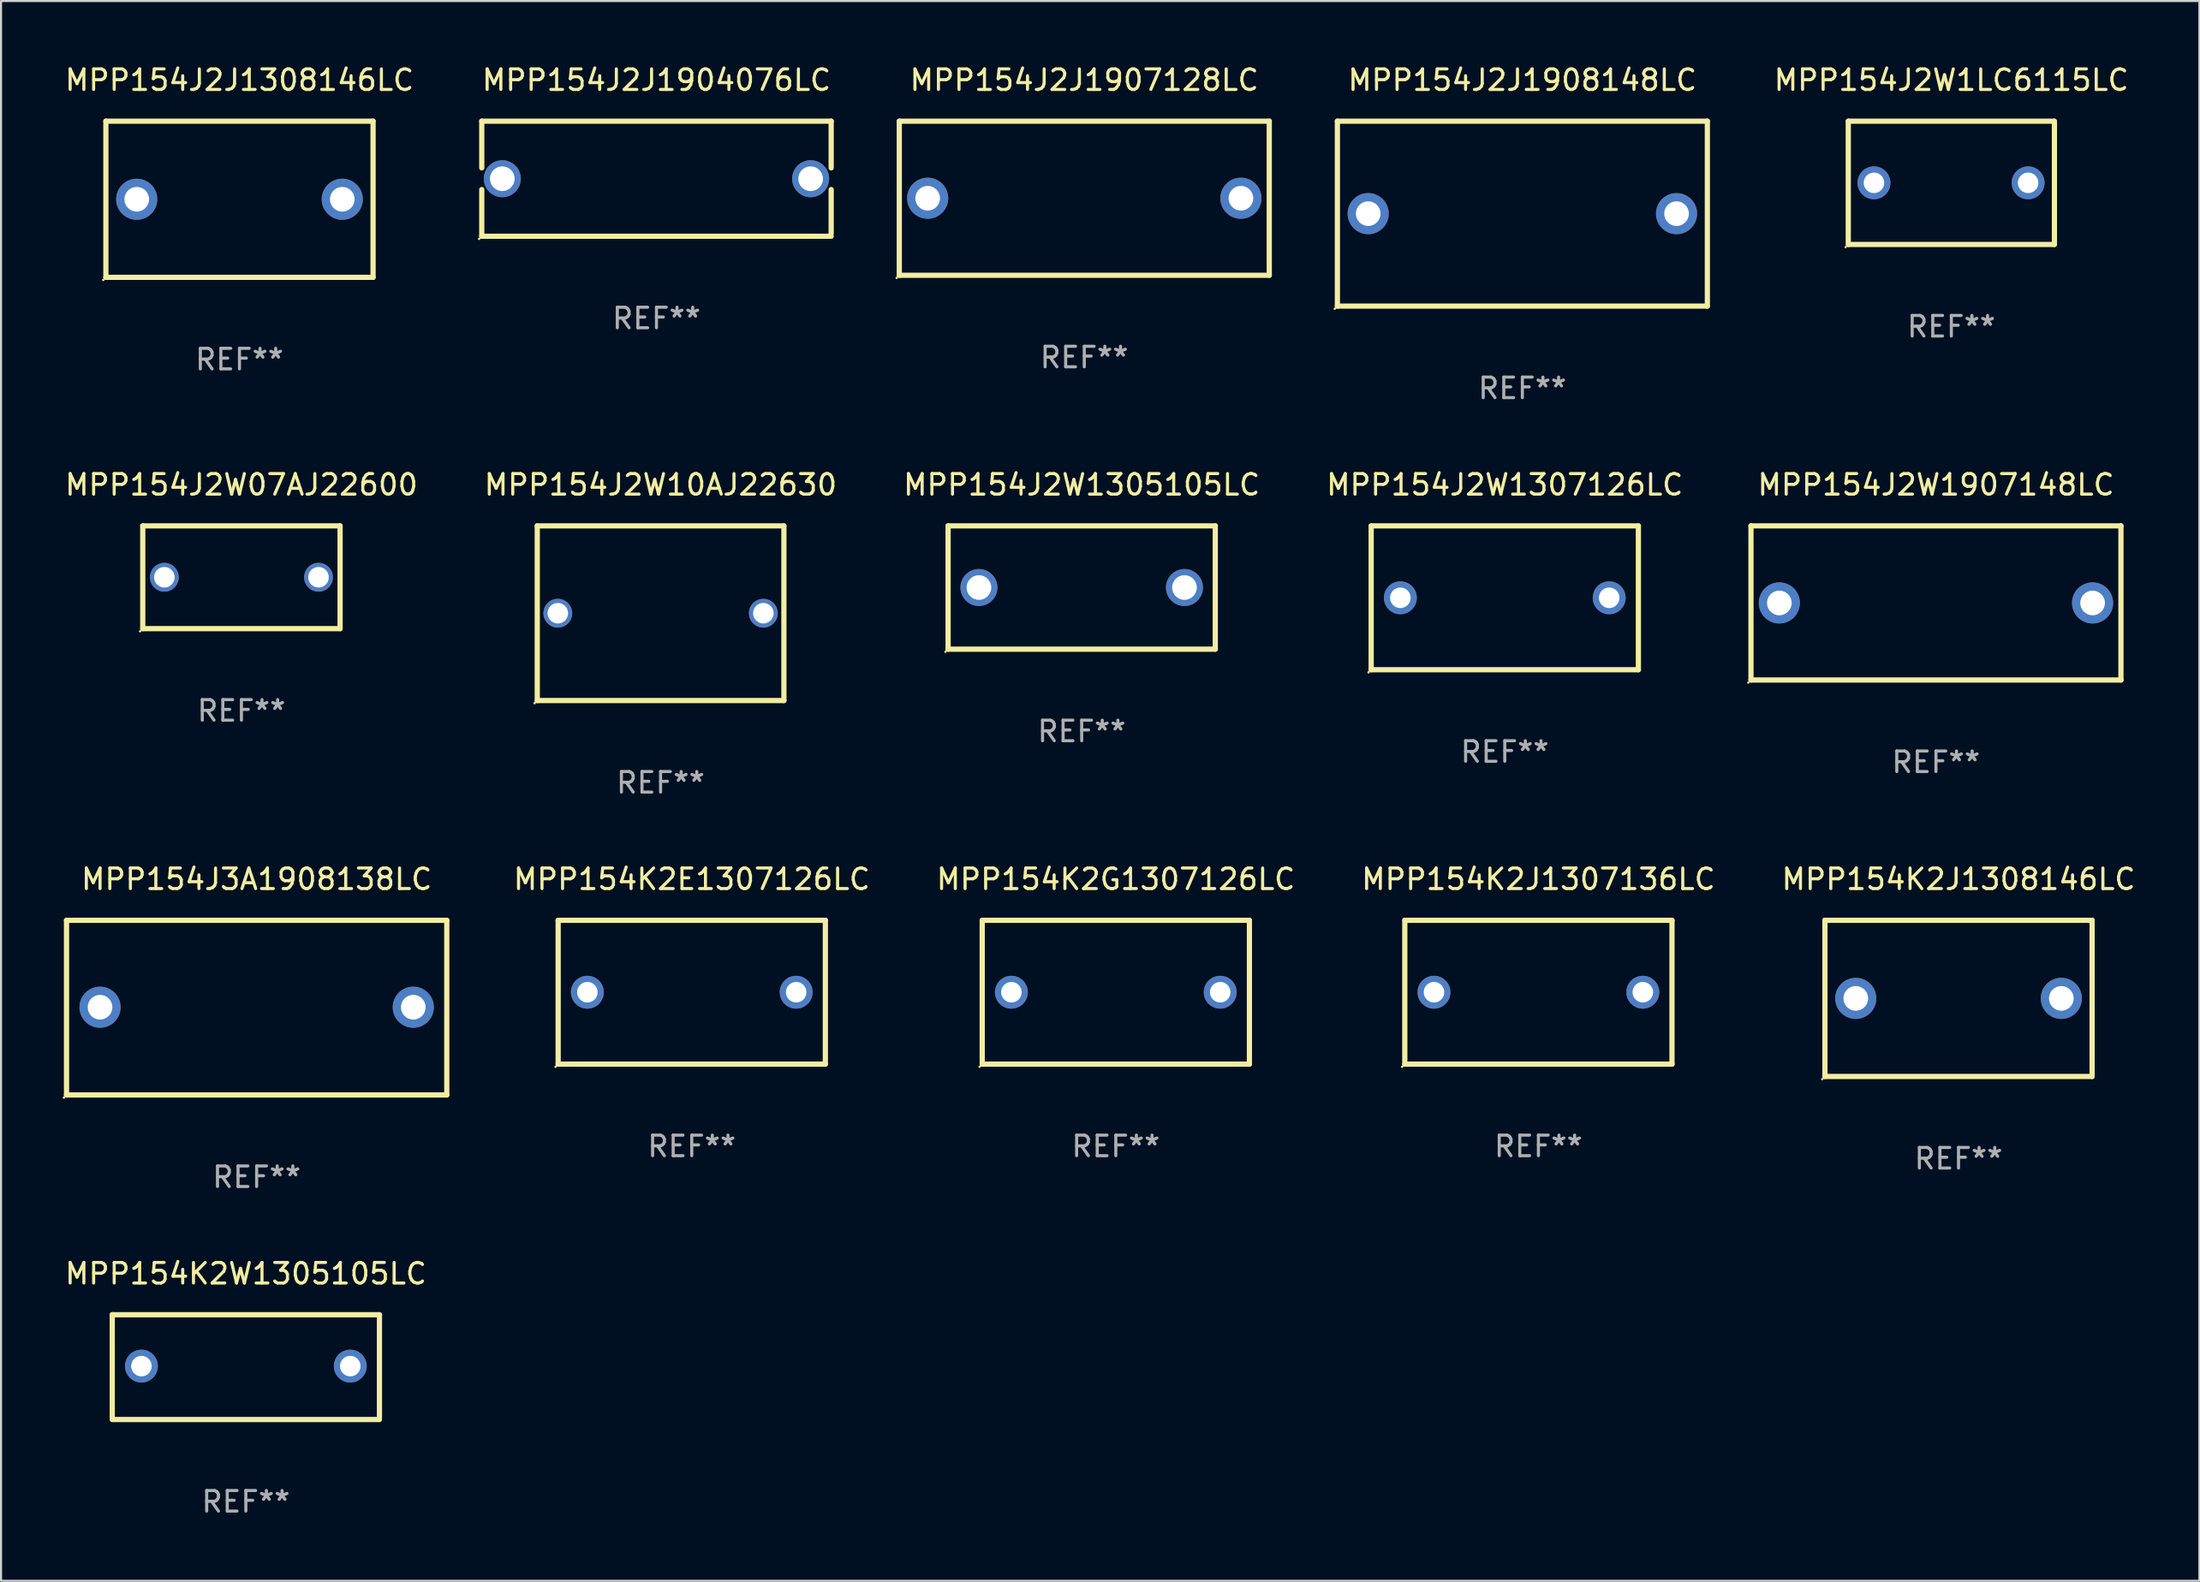
<source format=kicad_pcb>
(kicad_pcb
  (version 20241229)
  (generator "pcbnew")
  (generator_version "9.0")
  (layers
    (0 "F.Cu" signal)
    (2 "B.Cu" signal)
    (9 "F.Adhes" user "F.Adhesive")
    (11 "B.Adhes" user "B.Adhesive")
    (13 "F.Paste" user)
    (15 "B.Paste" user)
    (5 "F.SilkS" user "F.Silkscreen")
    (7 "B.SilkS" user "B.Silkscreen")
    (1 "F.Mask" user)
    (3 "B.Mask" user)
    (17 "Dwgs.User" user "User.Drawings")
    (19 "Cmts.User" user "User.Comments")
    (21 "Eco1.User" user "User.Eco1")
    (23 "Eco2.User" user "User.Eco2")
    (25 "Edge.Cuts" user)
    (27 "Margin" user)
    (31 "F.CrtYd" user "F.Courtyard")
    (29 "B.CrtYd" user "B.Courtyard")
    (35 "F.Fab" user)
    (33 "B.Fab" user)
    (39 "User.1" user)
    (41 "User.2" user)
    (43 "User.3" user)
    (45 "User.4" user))
  (footprint "MPP154J2J1904076LC"
    (layer "F.Cu")
    (at 28.889 5.648)
    (property "Reference" "MPP154J2J1904076LC" (at 0 -4.8 0) (layer "F.SilkS") (effects (font (size 1 1) (thickness 0.15))))
    (attr through_hole)
    (fp_line (start -8.5 -2.8) (end -8.5 -0.527) (stroke (width 0.254) (type solid)) (layer "F.SilkS"))
    (fp_line (start -8.5 -2.8) (end 8.5 -2.8) (stroke (width 0.254) (type solid)) (layer "F.SilkS"))
    (fp_line (start -8.5 0.527) (end -8.5 2.8) (stroke (width 0.254) (type solid)) (layer "F.SilkS"))
    (fp_line (start 8.5 -2.8) (end 8.5 -0.527) (stroke (width 0.254) (type solid)) (layer "F.SilkS"))
    (fp_line (start 8.5 0.527) (end 8.5 2.667) (stroke (width 0.254) (type solid)) (layer "F.SilkS"))
    (fp_line (start 8.5 2.8) (end -8.5 2.8) (stroke (width 0.254) (type solid)) (layer "F.SilkS"))
    (fp_circle (center -8.627 2.927) (end -8.597 2.927) (stroke (width 0.06) (type solid)) (fill no) (layer "F.SilkS"))
    (fp_text user "REF**" (at 0 6.8 0) (layer "F.Fab") (effects (font (size 1 1) (thickness 0.15))))
    (pad "1" thru_hole circle (at -7.501 0) (size 1.8 1.8) (drill 1.2) (layers "*.Cu" "*.Mask"))
    (pad "2" thru_hole circle (at 7.501 0) (size 1.8 1.8) (drill 1.2) (layers "*.Cu" "*.Mask")))
  (footprint "MPP154K2G1307126LC"
    (layer "F.Cu")
    (at 51.237 45.241)
    (property "Reference" "MPP154K2G1307126LC" (at 0 -5.5 0) (layer "F.SilkS") (effects (font (size 1 1) (thickness 0.15))))
    (attr through_hole)
    (fp_line (start -6.5 -3.5) (end 6.5 -3.5) (stroke (width 0.254) (type solid)) (layer "F.SilkS"))
    (fp_line (start -6.5 3.5) (end -6.5 -3.5) (stroke (width 0.254) (type solid)) (layer "F.SilkS"))
    (fp_line (start 6.5 -3.5) (end 6.5 3.5) (stroke (width 0.254) (type solid)) (layer "F.SilkS"))
    (fp_line (start 6.5 3.5) (end -6.5 3.5) (stroke (width 0.254) (type solid)) (layer "F.SilkS"))
    (fp_circle (center -6.627 3.627) (end -6.597 3.627) (stroke (width 0.06) (type solid)) (fill no) (layer "F.SilkS"))
    (fp_text user "REF**" (at 0 7.5 0) (layer "F.Fab") (effects (font (size 1 1) (thickness 0.15))))
    (pad "1" thru_hole circle (at -5.08 -0.000127) (size 1.6 1.6) (drill 1) (layers "*.Cu" "*.Mask"))
    (pad "2" thru_hole circle (at 5.08 -0.000127) (size 1.6 1.6) (drill 1) (layers "*.Cu" "*.Mask")))
  (footprint "MPP154K2J1307136LC"
    (layer "F.Cu")
    (at 71.797 45.241)
    (property "Reference" "MPP154K2J1307136LC" (at 0 -5.5 0) (layer "F.SilkS") (effects (font (size 1 1) (thickness 0.15))))
    (attr through_hole)
    (fp_line (start -6.5 -3.5) (end 6.5 -3.5) (stroke (width 0.254) (type solid)) (layer "F.SilkS"))
    (fp_line (start -6.5 3.5) (end -6.5 -3.5) (stroke (width 0.254) (type solid)) (layer "F.SilkS"))
    (fp_line (start 6.5 -3.5) (end 6.5 3.5) (stroke (width 0.254) (type solid)) (layer "F.SilkS"))
    (fp_line (start 6.5 3.5) (end -6.5 3.5) (stroke (width 0.254) (type solid)) (layer "F.SilkS"))
    (fp_circle (center -6.627 3.627) (end -6.597 3.627) (stroke (width 0.06) (type solid)) (fill no) (layer "F.SilkS"))
    (fp_text user "REF**" (at 0 7.5 0) (layer "F.Fab") (effects (font (size 1 1) (thickness 0.15))))
    (pad "1" thru_hole circle (at -5.08 -0.000127) (size 1.6 1.6) (drill 1) (layers "*.Cu" "*.Mask"))
    (pad "2" thru_hole circle (at 5.08 -0.000127) (size 1.6 1.6) (drill 1) (layers "*.Cu" "*.Mask")))
  (footprint "MPP154J3A1908138LC"
    (layer "F.Cu")
    (at 9.437 45.991)
    (property "Reference" "MPP154J3A1908138LC" (at 0 -6.25 0) (layer "F.SilkS") (effects (font (size 1 1) (thickness 0.15))))
    (attr through_hole)
    (fp_line (start -9.25 -4.25) (end 9.25 -4.25) (stroke (width 0.254) (type solid)) (layer "F.SilkS"))
    (fp_line (start -9.25 4.25) (end -9.25 -4.25) (stroke (width 0.254) (type solid)) (layer "F.SilkS"))
    (fp_line (start 9.25 -4.25) (end 9.25 4.25) (stroke (width 0.254) (type solid)) (layer "F.SilkS"))
    (fp_line (start 9.25 4.25) (end -9.25 4.25) (stroke (width 0.254) (type solid)) (layer "F.SilkS"))
    (fp_circle (center -9.377 4.377) (end -9.347 4.377) (stroke (width 0.06) (type solid)) (fill no) (layer "F.SilkS"))
    (fp_text user "REF**" (at 0 8.25 0) (layer "F.Fab") (effects (font (size 1 1) (thickness 0.15))))
    (pad "1" thru_hole circle (at -7.62 -0.02) (size 2 2) (drill 1.2) (layers "*.Cu" "*.Mask"))
    (pad "2" thru_hole circle (at 7.62 -0.02) (size 2 2) (drill 1.2) (layers "*.Cu" "*.Mask")))
  (footprint "MPP154K2J1308146LC"
    (layer "F.Cu")
    (at 92.237 45.541)
    (property "Reference" "MPP154K2J1308146LC" (at 0 -5.8 0) (layer "F.SilkS") (effects (font (size 1 1) (thickness 0.15))))
    (attr through_hole)
    (fp_line (start -6.5 -3.8) (end -6.5 3.8) (stroke (width 0.254) (type solid)) (layer "F.SilkS"))
    (fp_line (start -6.5 -3.8) (end 6.5 -3.8) (stroke (width 0.254) (type solid)) (layer "F.SilkS"))
    (fp_line (start 6.5 3.8) (end -6.5 3.8) (stroke (width 0.254) (type solid)) (layer "F.SilkS"))
    (fp_line (start 6.5 3.8) (end 6.5 -3.8) (stroke (width 0.254) (type solid)) (layer "F.SilkS"))
    (fp_circle (center -6.627 3.927) (end -6.597 3.927) (stroke (width 0.06) (type solid)) (fill no) (layer "F.SilkS"))
    (fp_text user "REF**" (at 0 7.8 0) (layer "F.Fab") (effects (font (size 1 1) (thickness 0.15))))
    (pad "1" thru_hole circle (at -4.999 0) (size 2 2) (drill 1.2) (layers "*.Cu" "*.Mask"))
    (pad "2" thru_hole circle (at 5.001 0) (size 2 2) (drill 1.2) (layers "*.Cu" "*.Mask")))
  (footprint "MPP154K2E1307126LC"
    (layer "F.Cu")
    (at 30.606 45.241)
    (property "Reference" "MPP154K2E1307126LC" (at 0 -5.5 0) (layer "F.SilkS") (effects (font (size 1 1) (thickness 0.15))))
    (attr through_hole)
    (fp_line (start -6.5 -3.5) (end 6.5 -3.5) (stroke (width 0.254) (type solid)) (layer "F.SilkS"))
    (fp_line (start -6.5 3.5) (end -6.5 -3.5) (stroke (width 0.254) (type solid)) (layer "F.SilkS"))
    (fp_line (start 6.5 -3.5) (end 6.5 3.5) (stroke (width 0.254) (type solid)) (layer "F.SilkS"))
    (fp_line (start 6.5 3.5) (end -6.5 3.5) (stroke (width 0.254) (type solid)) (layer "F.SilkS"))
    (fp_circle (center -6.627 3.627) (end -6.597 3.627) (stroke (width 0.06) (type solid)) (fill no) (layer "F.SilkS"))
    (fp_text user "REF**" (at 0 7.5 0) (layer "F.Fab") (effects (font (size 1 1) (thickness 0.15))))
    (pad "1" thru_hole circle (at -5.08 -0.000127) (size 1.6 1.6) (drill 1) (layers "*.Cu" "*.Mask"))
    (pad "2" thru_hole circle (at 5.08 -0.000127) (size 1.6 1.6) (drill 1) (layers "*.Cu" "*.Mask")))
  (footprint "MPP154K2W1305105LC"
    (layer "F.Cu")
    (at 8.911 63.488)
    (property "Reference" "MPP154K2W1305105LC" (at 0 -4.55 0) (layer "F.SilkS") (effects (font (size 1 1) (thickness 0.15))))
    (attr through_hole)
    (fp_line (start -6.5 -2.55) (end 6.5 -2.55) (stroke (width 0.254) (type solid)) (layer "F.SilkS"))
    (fp_line (start -6.5 2.45) (end -6.5 -2.55) (stroke (width 0.254) (type solid)) (layer "F.SilkS"))
    (fp_line (start 6.5 -2.55) (end 6.5 2.45) (stroke (width 0.254) (type solid)) (layer "F.SilkS"))
    (fp_line (start 6.5 2.55) (end -6.5 2.55) (stroke (width 0.254) (type solid)) (layer "F.SilkS"))
    (fp_circle (center -6.5 2.45) (end -6.47 2.45) (stroke (width 0.06) (type solid)) (fill no) (layer "F.SilkS"))
    (fp_text user "REF**" (at 0 6.55 0) (layer "F.Fab") (effects (font (size 1 1) (thickness 0.15))))
    (pad "1" thru_hole circle (at -5.08 -0.05) (size 1.6 1.6) (drill 1) (layers "*.Cu" "*.Mask"))
    (pad "2" thru_hole circle (at 5.08 -0.05) (size 1.6 1.6) (drill 1) (layers "*.Cu" "*.Mask")))
  (footprint "MPP154J2W1907148LC"
    (layer "F.Cu")
    (at 91.139 26.295)
    (property "Reference" "MPP154J2W1907148LC" (at 0 -5.75 0) (layer "F.SilkS") (effects (font (size 1 1) (thickness 0.15))))
    (attr through_hole)
    (fp_line (start -9 -3.75) (end 9 -3.75) (stroke (width 0.254) (type solid)) (layer "F.SilkS"))
    (fp_line (start -9 3.75) (end -9 -3.75) (stroke (width 0.254) (type solid)) (layer "F.SilkS"))
    (fp_line (start 9 -3.75) (end 9 3.75) (stroke (width 0.254) (type solid)) (layer "F.SilkS"))
    (fp_line (start 9 3.75) (end -9 3.75) (stroke (width 0.254) (type solid)) (layer "F.SilkS"))
    (fp_circle (center -9.127 3.877) (end -9.097 3.877) (stroke (width 0.06) (type solid)) (fill no) (layer "F.SilkS"))
    (fp_text user "REF**" (at 0 7.75 0) (layer "F.Fab") (effects (font (size 1 1) (thickness 0.15))))
    (pad "1" thru_hole circle (at -7.62 0) (size 2 2) (drill 1.2) (layers "*.Cu" "*.Mask"))
    (pad "2" thru_hole circle (at 7.62 0) (size 2 2) (drill 1.2) (layers "*.Cu" "*.Mask")))
  (footprint "MPP154J2W07AJ22600"
    (layer "F.Cu")
    (at 8.696 25.045)
    (property "Reference" "MPP154J2W07AJ22600" (at 0 -4.5 0) (layer "F.SilkS") (effects (font (size 1 1) (thickness 0.15))))
    (attr through_hole)
    (fp_line (start -4.8 -2.5) (end -4.8 2.5) (stroke (width 0.254) (type solid)) (layer "F.SilkS"))
    (fp_line (start -4.8 -2.5) (end 4.8 -2.5) (stroke (width 0.254) (type solid)) (layer "F.SilkS"))
    (fp_line (start -4.8 2.5) (end 4.8 2.5) (stroke (width 0.254) (type solid)) (layer "F.SilkS"))
    (fp_line (start 4.8 -2.5) (end 4.8 2.5) (stroke (width 0.254) (type solid)) (layer "F.SilkS"))
    (fp_circle (center -4.927 2.627) (end -4.897 2.627) (stroke (width 0.06) (type solid)) (fill no) (layer "F.SilkS"))
    (fp_text user "REF**" (at 0 6.5 0) (layer "F.Fab") (effects (font (size 1 1) (thickness 0.15))))
    (pad "1" thru_hole circle (at -3.75 0) (size 1.4 1.4) (drill 1) (layers "*.Cu" "*.Mask"))
    (pad "2" thru_hole circle (at 3.75 0) (size 1.4 1.4) (drill 1) (layers "*.Cu" "*.Mask")))
  (footprint "MPP154J2W1307126LC"
    (layer "F.Cu")
    (at 70.161 26.045)
    (property "Reference" "MPP154J2W1307126LC" (at 0 -5.5 0) (layer "F.SilkS") (effects (font (size 1 1) (thickness 0.15))))
    (attr through_hole)
    (fp_line (start -6.5 -3.5) (end 6.5 -3.5) (stroke (width 0.254) (type solid)) (layer "F.SilkS"))
    (fp_line (start -6.5 3.5) (end -6.5 -3.5) (stroke (width 0.254) (type solid)) (layer "F.SilkS"))
    (fp_line (start 6.5 -3.5) (end 6.5 3.5) (stroke (width 0.254) (type solid)) (layer "F.SilkS"))
    (fp_line (start 6.5 3.5) (end -6.5 3.5) (stroke (width 0.254) (type solid)) (layer "F.SilkS"))
    (fp_circle (center -6.627 3.627) (end -6.597 3.627) (stroke (width 0.06) (type solid)) (fill no) (layer "F.SilkS"))
    (fp_text user "REF**" (at 0 7.5 0) (layer "F.Fab") (effects (font (size 1 1) (thickness 0.15))))
    (pad "1" thru_hole circle (at -5.08 -0.000127) (size 1.6 1.6) (drill 1) (layers "*.Cu" "*.Mask"))
    (pad "2" thru_hole circle (at 5.08 -0.000127) (size 1.6 1.6) (drill 1) (layers "*.Cu" "*.Mask")))
  (footprint "MPP154J2W1LC6115LC"
    (layer "F.Cu")
    (at 91.888 5.848)
    (property "Reference" "MPP154J2W1LC6115LC" (at 0 -5 0) (layer "F.SilkS") (effects (font (size 1 1) (thickness 0.15))))
    (attr through_hole)
    (fp_line (start -5.015 3) (end -5.015 -3) (stroke (width 0.254) (type solid)) (layer "F.SilkS"))
    (fp_line (start -5.005 -3) (end 4.995 -3) (stroke (width 0.254) (type solid)) (layer "F.SilkS"))
    (fp_line (start 5.005 3) (end -4.995 3) (stroke (width 0.254) (type solid)) (layer "F.SilkS"))
    (fp_line (start 5.015 -3) (end 5.015 3) (stroke (width 0.254) (type solid)) (layer "F.SilkS"))
    (fp_circle (center -5.142 3.127) (end -5.112 3.127) (stroke (width 0.06) (type solid)) (fill no) (layer "F.SilkS"))
    (fp_text user "REF**" (at 0 7 0) (layer "F.Fab") (effects (font (size 1 1) (thickness 0.15))))
    (pad "1" thru_hole circle (at -3.765 0) (size 1.6 1.6) (drill 1) (layers "*.Cu" "*.Mask"))
    (pad "2" thru_hole circle (at 3.735 0) (size 1.6 1.6) (drill 1) (layers "*.Cu" "*.Mask")))
  (footprint "MPP154J2J1907128LC"
    (layer "F.Cu")
    (at 49.703 6.598)
    (property "Reference" "MPP154J2J1907128LC" (at 0 -5.75 0) (layer "F.SilkS") (effects (font (size 1 1) (thickness 0.15))))
    (attr through_hole)
    (fp_line (start -9 -3.75) (end 9 -3.75) (stroke (width 0.254) (type solid)) (layer "F.SilkS"))
    (fp_line (start -9 3.75) (end -9 -3.75) (stroke (width 0.254) (type solid)) (layer "F.SilkS"))
    (fp_line (start 9 -3.75) (end 9 3.75) (stroke (width 0.254) (type solid)) (layer "F.SilkS"))
    (fp_line (start 9 3.75) (end -9 3.75) (stroke (width 0.254) (type solid)) (layer "F.SilkS"))
    (fp_circle (center -9.127 3.877) (end -9.097 3.877) (stroke (width 0.06) (type solid)) (fill no) (layer "F.SilkS"))
    (fp_text user "REF**" (at 0 7.75 0) (layer "F.Fab") (effects (font (size 1 1) (thickness 0.15))))
    (pad "1" thru_hole circle (at -7.62 0) (size 2 2) (drill 1.2) (layers "*.Cu" "*.Mask"))
    (pad "2" thru_hole circle (at 7.62 0) (size 2 2) (drill 1.2) (layers "*.Cu" "*.Mask")))
  (footprint "MPP154J2W10AJ22630"
    (layer "F.Cu")
    (at 29.089 26.795)
    (property "Reference" "MPP154J2W10AJ22630" (at 0 -6.25 0) (layer "F.SilkS") (effects (font (size 1 1) (thickness 0.15))))
    (attr through_hole)
    (fp_line (start -6 -4.25) (end -6 4.25) (stroke (width 0.254) (type solid)) (layer "F.SilkS"))
    (fp_line (start -6 -4.25) (end 6 -4.25) (stroke (width 0.254) (type solid)) (layer "F.SilkS"))
    (fp_line (start 6 -4.25) (end 6 4.25) (stroke (width 0.254) (type solid)) (layer "F.SilkS"))
    (fp_line (start 6 4.25) (end -6 4.25) (stroke (width 0.254) (type solid)) (layer "F.SilkS"))
    (fp_circle (center -6.127 4.377) (end -6.097 4.377) (stroke (width 0.06) (type solid)) (fill no) (layer "F.SilkS"))
    (fp_text user "REF**" (at 0 8.25 0) (layer "F.Fab") (effects (font (size 1 1) (thickness 0.15))))
    (pad "1" thru_hole circle (at -5 0) (size 1.4 1.4) (drill 1) (layers "*.Cu" "*.Mask"))
    (pad "2" thru_hole circle (at 5 0) (size 1.4 1.4) (drill 1) (layers "*.Cu" "*.Mask")))
  (footprint "MPP154J2J1308146LC"
    (layer "F.Cu")
    (at 8.601 6.648)
    (property "Reference" "MPP154J2J1308146LC" (at 0 -5.8 0) (layer "F.SilkS") (effects (font (size 1 1) (thickness 0.15))))
    (attr through_hole)
    (fp_line (start -6.5 -3.8) (end -6.5 3.8) (stroke (width 0.254) (type solid)) (layer "F.SilkS"))
    (fp_line (start -6.5 -3.8) (end 6.5 -3.8) (stroke (width 0.254) (type solid)) (layer "F.SilkS"))
    (fp_line (start 6.5 3.8) (end -6.5 3.8) (stroke (width 0.254) (type solid)) (layer "F.SilkS"))
    (fp_line (start 6.5 3.8) (end 6.5 -3.8) (stroke (width 0.254) (type solid)) (layer "F.SilkS"))
    (fp_circle (center -6.627 3.927) (end -6.597 3.927) (stroke (width 0.06) (type solid)) (fill no) (layer "F.SilkS"))
    (fp_text user "REF**" (at 0 7.8 0) (layer "F.Fab") (effects (font (size 1 1) (thickness 0.15))))
    (pad "1" thru_hole circle (at -4.999 0) (size 2 2) (drill 1.2) (layers "*.Cu" "*.Mask"))
    (pad "2" thru_hole circle (at 5.001 0) (size 2 2) (drill 1.2) (layers "*.Cu" "*.Mask")))
  (footprint "MPP154J2J1908148LC"
    (layer "F.Cu")
    (at 71.017 7.348)
    (property "Reference" "MPP154J2J1908148LC" (at 0 -6.5 0) (layer "F.SilkS") (effects (font (size 1 1) (thickness 0.15))))
    (attr through_hole)
    (fp_line (start -9 -4.5) (end -9 4.5) (stroke (width 0.254) (type solid)) (layer "F.SilkS"))
    (fp_line (start -9 -4.5) (end 9 -4.5) (stroke (width 0.254) (type solid)) (layer "F.SilkS"))
    (fp_line (start 9 4.5) (end -9 4.5) (stroke (width 0.254) (type solid)) (layer "F.SilkS"))
    (fp_line (start 9 4.5) (end 9 -4.5) (stroke (width 0.254) (type solid)) (layer "F.SilkS"))
    (fp_circle (center -9.127 4.627) (end -9.097 4.627) (stroke (width 0.06) (type solid)) (fill no) (layer "F.SilkS"))
    (fp_text user "REF**" (at 0 8.5 0) (layer "F.Fab") (effects (font (size 1 1) (thickness 0.15))))
    (pad "1" thru_hole circle (at -7.501 -0.000127) (size 2 2) (drill 1.2) (layers "*.Cu" "*.Mask"))
    (pad "2" thru_hole circle (at 7.501 -0.000127) (size 2 2) (drill 1.2) (layers "*.Cu" "*.Mask")))
  (footprint "MPP154J2W1305105LC"
    (layer "F.Cu")
    (at 49.577 25.545)
    (property "Reference" "MPP154J2W1305105LC" (at 0 -5 0) (layer "F.SilkS") (effects (font (size 1 1) (thickness 0.15))))
    (attr through_hole)
    (fp_line (start -6.5 -3) (end 6.5 -3) (stroke (width 0.254) (type solid)) (layer "F.SilkS"))
    (fp_line (start -6.5 3) (end -6.5 -3) (stroke (width 0.254) (type solid)) (layer "F.SilkS"))
    (fp_line (start -6.5 3) (end 6.5 3) (stroke (width 0.254) (type solid)) (layer "F.SilkS"))
    (fp_line (start 6.5 -3) (end 6.5 3) (stroke (width 0.254) (type solid)) (layer "F.SilkS"))
    (fp_circle (center -6.627 3.127) (end -6.597 3.127) (stroke (width 0.06) (type solid)) (fill no) (layer "F.SilkS"))
    (fp_text user "REF**" (at 0 7 0) (layer "F.Fab") (effects (font (size 1 1) (thickness 0.15))))
    (pad "1" thru_hole circle (at -5 0) (size 1.8 1.8) (drill 1.2) (layers "*.Cu" "*.Mask"))
    (pad "2" thru_hole circle (at 5 0) (size 1.8 1.8) (drill 1.2) (layers "*.Cu" "*.Mask")))
  (gr_rect
    (start -3 -3)
    (end 103.957 73.886)
    (stroke (width 0.1) (type default))
    (fill no)
    (layer "Edge.Cuts")))
</source>
